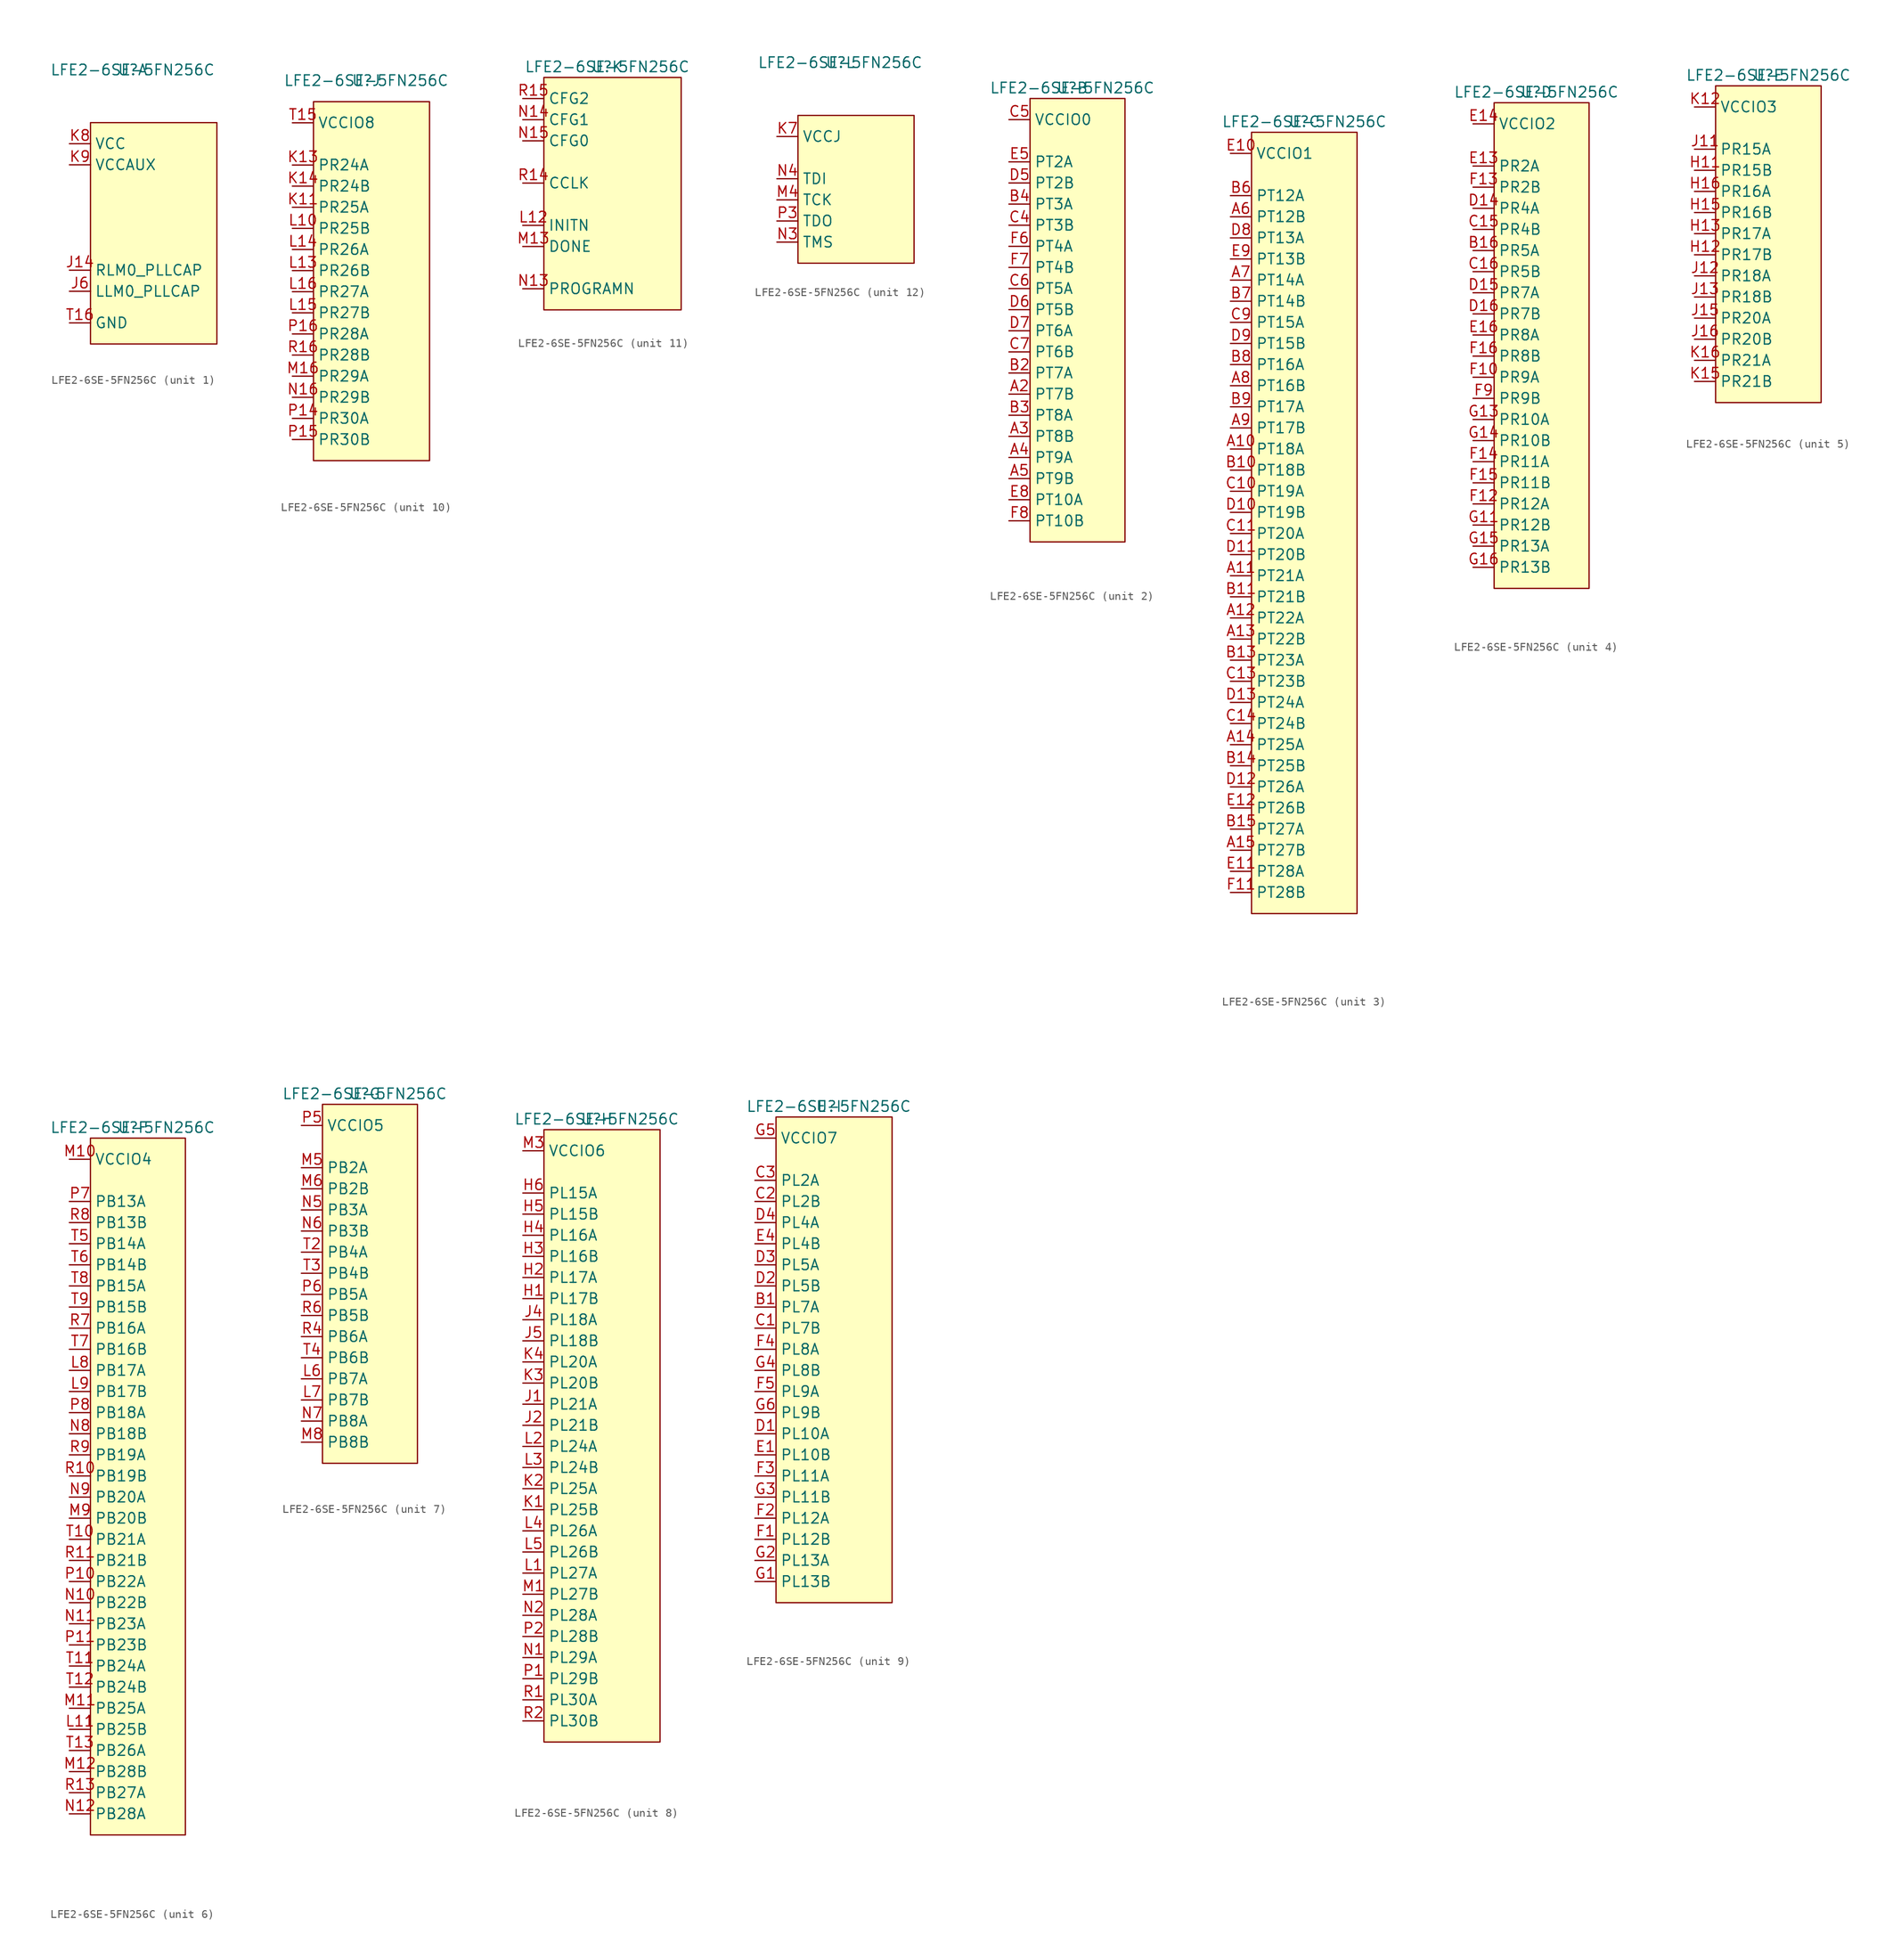
<source format=kicad_sym>
(kicad_symbol_lib
  (version 20211014)
  (generator kicad_symbol_editor)
  (symbol "LFE2-6SE-5FN256C"
    (property "Reference" "U"
      (at 0 0 0)
      (effects (font (size 1.27 1.27))))
    (property "Value" "LFE2-6SE-5FN256C"
      (at 0 0 0)
      (effects (font (size 1.27 1.27))))
    (property "ki_locked" ""
      (at 0 0 0)
      (effects (font (size 1.27 1.27))))
    (symbol "LFE2-6SE-5FN256C_1_1"
      (rectangle (start -5.08 -6.35) (end 10.16 -33.02) (stroke (width 0) (type default) (color 0 0 0 0)) (fill (type background)))
      (pin power_in line (at -7.62 -30.48 0) (length 2.54) hide (name "GND" (effects (font (size 1.27 1.27)))) (number "A1" (effects (font (size 1.27 1.27)))))
      (pin power_in line (at -7.62 -30.48 0) (length 2.54) hide (name "GND" (effects (font (size 1.27 1.27)))) (number "A16" (effects (font (size 1.27 1.27)))))
      (pin power_in line (at -7.62 -30.48 0) (length 2.54) hide (name "GND" (effects (font (size 1.27 1.27)))) (number "B12" (effects (font (size 1.27 1.27)))))
      (pin power_in line (at -7.62 -30.48 0) (length 2.54) hide (name "GND" (effects (font (size 1.27 1.27)))) (number "B5" (effects (font (size 1.27 1.27)))))
      (pin power_in line (at -7.62 -30.48 0) (length 2.54) hide (name "GND" (effects (font (size 1.27 1.27)))) (number "C8" (effects (font (size 1.27 1.27)))))
      (pin power_in line (at -7.62 -30.48 0) (length 2.54) hide (name "GND" (effects (font (size 1.27 1.27)))) (number "E15" (effects (font (size 1.27 1.27)))))
      (pin power_in line (at -7.62 -30.48 0) (length 2.54) hide (name "GND" (effects (font (size 1.27 1.27)))) (number "E2" (effects (font (size 1.27 1.27)))))
      (pin power_in line (at -7.62 -8.89 0) (length 2.54) hide (name "VCC" (effects (font (size 1.27 1.27)))) (number "G10" (effects (font (size 1.27 1.27)))))
      (pin power_in line (at -7.62 -8.89 0) (length 2.54) hide (name "VCC" (effects (font (size 1.27 1.27)))) (number "G7" (effects (font (size 1.27 1.27)))))
      (pin power_in line (at -7.62 -11.43 0) (length 2.54) hide (name "VCCAUX" (effects (font (size 1.27 1.27)))) (number "G8" (effects (font (size 1.27 1.27)))))
      (pin power_in line (at -7.62 -8.89 0) (length 2.54) hide (name "VCC" (effects (font (size 1.27 1.27)))) (number "G9" (effects (font (size 1.27 1.27)))))
      (pin power_in line (at -7.62 -11.43 0) (length 2.54) hide (name "VCCAUX" (effects (font (size 1.27 1.27)))) (number "H10" (effects (font (size 1.27 1.27)))))
      (pin power_in line (at -7.62 -30.48 0) (length 2.54) hide (name "GND" (effects (font (size 1.27 1.27)))) (number "H14" (effects (font (size 1.27 1.27)))))
      (pin power_in line (at -7.62 -8.89 0) (length 2.54) hide (name "VCC" (effects (font (size 1.27 1.27)))) (number "H7" (effects (font (size 1.27 1.27)))))
      (pin power_in line (at -7.62 -30.48 0) (length 2.54) hide (name "GND" (effects (font (size 1.27 1.27)))) (number "H8" (effects (font (size 1.27 1.27)))))
      (pin power_in line (at -7.62 -30.48 0) (length 2.54) hide (name "GND" (effects (font (size 1.27 1.27)))) (number "H9" (effects (font (size 1.27 1.27)))))
      (pin power_in line (at -7.62 -8.89 0) (length 2.54) hide (name "VCC" (effects (font (size 1.27 1.27)))) (number "J10" (effects (font (size 1.27 1.27)))))
      (pin bidirectional line (at -7.62 -24.13 0) (length 2.54) (name "RLM0_PLLCAP" (effects (font (size 1.27 1.27)))) (number "J14" (effects (font (size 1.27 1.27)))))
      (pin power_in line (at -7.62 -30.48 0) (length 2.54) hide (name "GND" (effects (font (size 1.27 1.27)))) (number "J3" (effects (font (size 1.27 1.27)))))
      (pin bidirectional line (at -7.62 -26.67 0) (length 2.54) (name "LLM0_PLLCAP" (effects (font (size 1.27 1.27)))) (number "J6" (effects (font (size 1.27 1.27)))))
      (pin power_in line (at -7.62 -11.43 0) (length 2.54) hide (name "VCCAUX" (effects (font (size 1.27 1.27)))) (number "J7" (effects (font (size 1.27 1.27)))))
      (pin power_in line (at -7.62 -30.48 0) (length 2.54) hide (name "GND" (effects (font (size 1.27 1.27)))) (number "J8" (effects (font (size 1.27 1.27)))))
      (pin power_in line (at -7.62 -30.48 0) (length 2.54) hide (name "GND" (effects (font (size 1.27 1.27)))) (number "J9" (effects (font (size 1.27 1.27)))))
      (pin power_in line (at -7.62 -8.89 0) (length 2.54) hide (name "VCC" (effects (font (size 1.27 1.27)))) (number "K10" (effects (font (size 1.27 1.27)))))
      (pin no_connect line (at -3.81 -13.97 0) (length 2.54) hide (name "NC" (effects (font (size 1.27 1.27)))) (number "K6" (effects (font (size 1.27 1.27)))))
      (pin power_in line (at -7.62 -8.89 0) (length 2.54) (name "VCC" (effects (font (size 1.27 1.27)))) (number "K8" (effects (font (size 1.27 1.27)))))
      (pin power_in line (at -7.62 -11.43 0) (length 2.54) (name "VCCAUX" (effects (font (size 1.27 1.27)))) (number "K9" (effects (font (size 1.27 1.27)))))
      (pin power_in line (at -7.62 -30.48 0) (length 2.54) hide (name "GND" (effects (font (size 1.27 1.27)))) (number "M15" (effects (font (size 1.27 1.27)))))
      (pin power_in line (at -7.62 -30.48 0) (length 2.54) hide (name "GND" (effects (font (size 1.27 1.27)))) (number "M2" (effects (font (size 1.27 1.27)))))
      (pin no_connect line (at -3.81 -19.05 0) (length 2.54) hide (name "NC" (effects (font (size 1.27 1.27)))) (number "P4" (effects (font (size 1.27 1.27)))))
      (pin power_in line (at -7.62 -30.48 0) (length 2.54) hide (name "GND" (effects (font (size 1.27 1.27)))) (number "P9" (effects (font (size 1.27 1.27)))))
      (pin power_in line (at -7.62 -30.48 0) (length 2.54) hide (name "GND" (effects (font (size 1.27 1.27)))) (number "R12" (effects (font (size 1.27 1.27)))))
      (pin no_connect line (at -3.81 -16.51 0) (length 2.54) hide (name "NC" (effects (font (size 1.27 1.27)))) (number "R3" (effects (font (size 1.27 1.27)))))
      (pin power_in line (at -7.62 -30.48 0) (length 2.54) hide (name "GND" (effects (font (size 1.27 1.27)))) (number "R5" (effects (font (size 1.27 1.27)))))
      (pin power_in line (at -7.62 -30.48 0) (length 2.54) hide (name "GND" (effects (font (size 1.27 1.27)))) (number "T1" (effects (font (size 1.27 1.27)))))
      (pin power_in line (at -7.62 -30.48 0) (length 2.54) (name "GND" (effects (font (size 1.27 1.27)))) (number "T16" (effects (font (size 1.27 1.27))))))
    (symbol "LFE2-6SE-5FN256C_2_1"
      (rectangle (start -5.08 -1.27) (end 6.35 -54.61) (stroke (width 0) (type default) (color 0 0 0 0)) (fill (type background)))
      (pin bidirectional line (at -7.62 -36.83 0) (length 2.54) (name "PT7B" (effects (font (size 1.27 1.27)))) (number "A2" (effects (font (size 1.27 1.27)))))
      (pin bidirectional line (at -7.62 -41.91 0) (length 2.54) (name "PT8B" (effects (font (size 1.27 1.27)))) (number "A3" (effects (font (size 1.27 1.27)))))
      (pin bidirectional line (at -7.62 -44.45 0) (length 2.54) (name "PT9A" (effects (font (size 1.27 1.27)))) (number "A4" (effects (font (size 1.27 1.27)))))
      (pin bidirectional line (at -7.62 -46.99 0) (length 2.54) (name "PT9B" (effects (font (size 1.27 1.27)))) (number "A5" (effects (font (size 1.27 1.27)))))
      (pin bidirectional line (at -7.62 -34.29 0) (length 2.54) (name "PT7A" (effects (font (size 1.27 1.27)))) (number "B2" (effects (font (size 1.27 1.27)))))
      (pin bidirectional line (at -7.62 -39.37 0) (length 2.54) (name "PT8A" (effects (font (size 1.27 1.27)))) (number "B3" (effects (font (size 1.27 1.27)))))
      (pin bidirectional line (at -7.62 -13.97 0) (length 2.54) (name "PT3A" (effects (font (size 1.27 1.27)))) (number "B4" (effects (font (size 1.27 1.27)))))
      (pin bidirectional line (at -7.62 -16.51 0) (length 2.54) (name "PT3B" (effects (font (size 1.27 1.27)))) (number "C4" (effects (font (size 1.27 1.27)))))
      (pin power_in line (at -7.62 -3.81 0) (length 2.54) (name "VCCIO0" (effects (font (size 1.27 1.27)))) (number "C5" (effects (font (size 1.27 1.27)))))
      (pin bidirectional line (at -7.62 -24.13 0) (length 2.54) (name "PT5A" (effects (font (size 1.27 1.27)))) (number "C6" (effects (font (size 1.27 1.27)))))
      (pin bidirectional line (at -7.62 -31.75 0) (length 2.54) (name "PT6B" (effects (font (size 1.27 1.27)))) (number "C7" (effects (font (size 1.27 1.27)))))
      (pin bidirectional line (at -7.62 -11.43 0) (length 2.54) (name "PT2B" (effects (font (size 1.27 1.27)))) (number "D5" (effects (font (size 1.27 1.27)))))
      (pin bidirectional line (at -7.62 -26.67 0) (length 2.54) (name "PT5B" (effects (font (size 1.27 1.27)))) (number "D6" (effects (font (size 1.27 1.27)))))
      (pin bidirectional line (at -7.62 -29.21 0) (length 2.54) (name "PT6A" (effects (font (size 1.27 1.27)))) (number "D7" (effects (font (size 1.27 1.27)))))
      (pin bidirectional line (at -7.62 -8.89 0) (length 2.54) (name "PT2A" (effects (font (size 1.27 1.27)))) (number "E5" (effects (font (size 1.27 1.27)))))
      (pin power_in line (at -7.62 -3.81 0) (length 2.54) hide (name "VCCIO0" (effects (font (size 1.27 1.27)))) (number "E7" (effects (font (size 1.27 1.27)))))
      (pin bidirectional line (at -7.62 -49.53 0) (length 2.54) (name "PT10A" (effects (font (size 1.27 1.27)))) (number "E8" (effects (font (size 1.27 1.27)))))
      (pin bidirectional line (at -7.62 -19.05 0) (length 2.54) (name "PT4A" (effects (font (size 1.27 1.27)))) (number "F6" (effects (font (size 1.27 1.27)))))
      (pin bidirectional line (at -7.62 -21.59 0) (length 2.54) (name "PT4B" (effects (font (size 1.27 1.27)))) (number "F7" (effects (font (size 1.27 1.27)))))
      (pin bidirectional line (at -7.62 -52.07 0) (length 2.54) (name "PT10B" (effects (font (size 1.27 1.27)))) (number "F8" (effects (font (size 1.27 1.27))))))
    (symbol "LFE2-6SE-5FN256C_3_1"
      (rectangle (start -6.35 -1.27) (end 6.35 -95.25) (stroke (width 0) (type default) (color 0 0 0 0)) (fill (type background)))
      (pin bidirectional line (at -8.89 -39.37 0) (length 2.54) (name "PT18A" (effects (font (size 1.27 1.27)))) (number "A10" (effects (font (size 1.27 1.27)))))
      (pin bidirectional line (at -8.89 -54.61 0) (length 2.54) (name "PT21A" (effects (font (size 1.27 1.27)))) (number "A11" (effects (font (size 1.27 1.27)))))
      (pin bidirectional line (at -8.89 -59.69 0) (length 2.54) (name "PT22A" (effects (font (size 1.27 1.27)))) (number "A12" (effects (font (size 1.27 1.27)))))
      (pin bidirectional line (at -8.89 -62.23 0) (length 2.54) (name "PT22B" (effects (font (size 1.27 1.27)))) (number "A13" (effects (font (size 1.27 1.27)))))
      (pin bidirectional line (at -8.89 -74.93 0) (length 2.54) (name "PT25A" (effects (font (size 1.27 1.27)))) (number "A14" (effects (font (size 1.27 1.27)))))
      (pin bidirectional line (at -8.89 -87.63 0) (length 2.54) (name "PT27B" (effects (font (size 1.27 1.27)))) (number "A15" (effects (font (size 1.27 1.27)))))
      (pin bidirectional line (at -8.89 -11.43 0) (length 2.54) (name "PT12B" (effects (font (size 1.27 1.27)))) (number "A6" (effects (font (size 1.27 1.27)))))
      (pin bidirectional line (at -8.89 -19.05 0) (length 2.54) (name "PT14A" (effects (font (size 1.27 1.27)))) (number "A7" (effects (font (size 1.27 1.27)))))
      (pin bidirectional line (at -8.89 -31.75 0) (length 2.54) (name "PT16B" (effects (font (size 1.27 1.27)))) (number "A8" (effects (font (size 1.27 1.27)))))
      (pin bidirectional line (at -8.89 -36.83 0) (length 2.54) (name "PT17B" (effects (font (size 1.27 1.27)))) (number "A9" (effects (font (size 1.27 1.27)))))
      (pin bidirectional line (at -8.89 -41.91 0) (length 2.54) (name "PT18B" (effects (font (size 1.27 1.27)))) (number "B10" (effects (font (size 1.27 1.27)))))
      (pin bidirectional line (at -8.89 -57.15 0) (length 2.54) (name "PT21B" (effects (font (size 1.27 1.27)))) (number "B11" (effects (font (size 1.27 1.27)))))
      (pin bidirectional line (at -8.89 -64.77 0) (length 2.54) (name "PT23A" (effects (font (size 1.27 1.27)))) (number "B13" (effects (font (size 1.27 1.27)))))
      (pin bidirectional line (at -8.89 -77.47 0) (length 2.54) (name "PT25B" (effects (font (size 1.27 1.27)))) (number "B14" (effects (font (size 1.27 1.27)))))
      (pin bidirectional line (at -8.89 -85.09 0) (length 2.54) (name "PT27A" (effects (font (size 1.27 1.27)))) (number "B15" (effects (font (size 1.27 1.27)))))
      (pin bidirectional line (at -8.89 -8.89 0) (length 2.54) (name "PT12A" (effects (font (size 1.27 1.27)))) (number "B6" (effects (font (size 1.27 1.27)))))
      (pin bidirectional line (at -8.89 -21.59 0) (length 2.54) (name "PT14B" (effects (font (size 1.27 1.27)))) (number "B7" (effects (font (size 1.27 1.27)))))
      (pin bidirectional line (at -8.89 -29.21 0) (length 2.54) (name "PT16A" (effects (font (size 1.27 1.27)))) (number "B8" (effects (font (size 1.27 1.27)))))
      (pin bidirectional line (at -8.89 -34.29 0) (length 2.54) (name "PT17A" (effects (font (size 1.27 1.27)))) (number "B9" (effects (font (size 1.27 1.27)))))
      (pin bidirectional line (at -8.89 -44.45 0) (length 2.54) (name "PT19A" (effects (font (size 1.27 1.27)))) (number "C10" (effects (font (size 1.27 1.27)))))
      (pin bidirectional line (at -8.89 -49.53 0) (length 2.54) (name "PT20A" (effects (font (size 1.27 1.27)))) (number "C11" (effects (font (size 1.27 1.27)))))
      (pin power_in line (at -8.89 -3.81 0) (length 2.54) hide (name "VCCIO1" (effects (font (size 1.27 1.27)))) (number "C12" (effects (font (size 1.27 1.27)))))
      (pin bidirectional line (at -8.89 -67.31 0) (length 2.54) (name "PT23B" (effects (font (size 1.27 1.27)))) (number "C13" (effects (font (size 1.27 1.27)))))
      (pin bidirectional line (at -8.89 -72.39 0) (length 2.54) (name "PT24B" (effects (font (size 1.27 1.27)))) (number "C14" (effects (font (size 1.27 1.27)))))
      (pin bidirectional line (at -8.89 -24.13 0) (length 2.54) (name "PT15A" (effects (font (size 1.27 1.27)))) (number "C9" (effects (font (size 1.27 1.27)))))
      (pin bidirectional line (at -8.89 -46.99 0) (length 2.54) (name "PT19B" (effects (font (size 1.27 1.27)))) (number "D10" (effects (font (size 1.27 1.27)))))
      (pin bidirectional line (at -8.89 -52.07 0) (length 2.54) (name "PT20B" (effects (font (size 1.27 1.27)))) (number "D11" (effects (font (size 1.27 1.27)))))
      (pin bidirectional line (at -8.89 -80.01 0) (length 2.54) (name "PT26A" (effects (font (size 1.27 1.27)))) (number "D12" (effects (font (size 1.27 1.27)))))
      (pin bidirectional line (at -8.89 -69.85 0) (length 2.54) (name "PT24A" (effects (font (size 1.27 1.27)))) (number "D13" (effects (font (size 1.27 1.27)))))
      (pin bidirectional line (at -8.89 -13.97 0) (length 2.54) (name "PT13A" (effects (font (size 1.27 1.27)))) (number "D8" (effects (font (size 1.27 1.27)))))
      (pin bidirectional line (at -8.89 -26.67 0) (length 2.54) (name "PT15B" (effects (font (size 1.27 1.27)))) (number "D9" (effects (font (size 1.27 1.27)))))
      (pin power_in line (at -8.89 -3.81 0) (length 2.54) (name "VCCIO1" (effects (font (size 1.27 1.27)))) (number "E10" (effects (font (size 1.27 1.27)))))
      (pin bidirectional line (at -8.89 -90.17 0) (length 2.54) (name "PT28A" (effects (font (size 1.27 1.27)))) (number "E11" (effects (font (size 1.27 1.27)))))
      (pin bidirectional line (at -8.89 -82.55 0) (length 2.54) (name "PT26B" (effects (font (size 1.27 1.27)))) (number "E12" (effects (font (size 1.27 1.27)))))
      (pin bidirectional line (at -8.89 -16.51 0) (length 2.54) (name "PT13B" (effects (font (size 1.27 1.27)))) (number "E9" (effects (font (size 1.27 1.27)))))
      (pin bidirectional line (at -8.89 -92.71 0) (length 2.54) (name "PT28B" (effects (font (size 1.27 1.27)))) (number "F11" (effects (font (size 1.27 1.27))))))
    (symbol "LFE2-6SE-5FN256C_4_1"
      (rectangle (start -5.08 -1.27) (end 6.35 -59.69) (stroke (width 0) (type default) (color 0 0 0 0)) (fill (type background)))
      (pin bidirectional line (at -7.62 -19.05 0) (length 2.54) (name "PR5A" (effects (font (size 1.27 1.27)))) (number "B16" (effects (font (size 1.27 1.27)))))
      (pin bidirectional line (at -7.62 -16.51 0) (length 2.54) (name "PR4B" (effects (font (size 1.27 1.27)))) (number "C15" (effects (font (size 1.27 1.27)))))
      (pin bidirectional line (at -7.62 -21.59 0) (length 2.54) (name "PR5B" (effects (font (size 1.27 1.27)))) (number "C16" (effects (font (size 1.27 1.27)))))
      (pin bidirectional line (at -7.62 -13.97 0) (length 2.54) (name "PR4A" (effects (font (size 1.27 1.27)))) (number "D14" (effects (font (size 1.27 1.27)))))
      (pin bidirectional line (at -7.62 -24.13 0) (length 2.54) (name "PR7A" (effects (font (size 1.27 1.27)))) (number "D15" (effects (font (size 1.27 1.27)))))
      (pin bidirectional line (at -7.62 -26.67 0) (length 2.54) (name "PR7B" (effects (font (size 1.27 1.27)))) (number "D16" (effects (font (size 1.27 1.27)))))
      (pin bidirectional line (at -7.62 -8.89 0) (length 2.54) (name "PR2A" (effects (font (size 1.27 1.27)))) (number "E13" (effects (font (size 1.27 1.27)))))
      (pin power_in line (at -7.62 -3.81 0) (length 2.54) (name "VCCIO2" (effects (font (size 1.27 1.27)))) (number "E14" (effects (font (size 1.27 1.27)))))
      (pin bidirectional line (at -7.62 -29.21 0) (length 2.54) (name "PR8A" (effects (font (size 1.27 1.27)))) (number "E16" (effects (font (size 1.27 1.27)))))
      (pin bidirectional line (at -7.62 -34.29 0) (length 2.54) (name "PR9A" (effects (font (size 1.27 1.27)))) (number "F10" (effects (font (size 1.27 1.27)))))
      (pin bidirectional line (at -7.62 -49.53 0) (length 2.54) (name "PR12A" (effects (font (size 1.27 1.27)))) (number "F12" (effects (font (size 1.27 1.27)))))
      (pin bidirectional line (at -7.62 -11.43 0) (length 2.54) (name "PR2B" (effects (font (size 1.27 1.27)))) (number "F13" (effects (font (size 1.27 1.27)))))
      (pin bidirectional line (at -7.62 -44.45 0) (length 2.54) (name "PR11A" (effects (font (size 1.27 1.27)))) (number "F14" (effects (font (size 1.27 1.27)))))
      (pin bidirectional line (at -7.62 -46.99 0) (length 2.54) (name "PR11B" (effects (font (size 1.27 1.27)))) (number "F15" (effects (font (size 1.27 1.27)))))
      (pin bidirectional line (at -7.62 -31.75 0) (length 2.54) (name "PR8B" (effects (font (size 1.27 1.27)))) (number "F16" (effects (font (size 1.27 1.27)))))
      (pin bidirectional line (at -7.62 -36.83 0) (length 2.54) (name "PR9B" (effects (font (size 1.27 1.27)))) (number "F9" (effects (font (size 1.27 1.27)))))
      (pin bidirectional line (at -7.62 -52.07 0) (length 2.54) (name "PR12B" (effects (font (size 1.27 1.27)))) (number "G11" (effects (font (size 1.27 1.27)))))
      (pin power_in line (at -7.62 -3.81 0) (length 2.54) hide (name "VCCIO2" (effects (font (size 1.27 1.27)))) (number "G12" (effects (font (size 1.27 1.27)))))
      (pin bidirectional line (at -7.62 -39.37 0) (length 2.54) (name "PR10A" (effects (font (size 1.27 1.27)))) (number "G13" (effects (font (size 1.27 1.27)))))
      (pin bidirectional line (at -7.62 -41.91 0) (length 2.54) (name "PR10B" (effects (font (size 1.27 1.27)))) (number "G14" (effects (font (size 1.27 1.27)))))
      (pin bidirectional line (at -7.62 -54.61 0) (length 2.54) (name "PR13A" (effects (font (size 1.27 1.27)))) (number "G15" (effects (font (size 1.27 1.27)))))
      (pin bidirectional line (at -7.62 -57.15 0) (length 2.54) (name "PR13B" (effects (font (size 1.27 1.27)))) (number "G16" (effects (font (size 1.27 1.27))))))
    (symbol "LFE2-6SE-5FN256C_5_1"
      (rectangle (start -6.35 -1.27) (end 6.35 -39.37) (stroke (width 0) (type default) (color 0 0 0 0)) (fill (type background)))
      (pin bidirectional line (at -8.89 -11.43 0) (length 2.54) (name "PR15B" (effects (font (size 1.27 1.27)))) (number "H11" (effects (font (size 1.27 1.27)))))
      (pin bidirectional line (at -8.89 -21.59 0) (length 2.54) (name "PR17B" (effects (font (size 1.27 1.27)))) (number "H12" (effects (font (size 1.27 1.27)))))
      (pin bidirectional line (at -8.89 -19.05 0) (length 2.54) (name "PR17A" (effects (font (size 1.27 1.27)))) (number "H13" (effects (font (size 1.27 1.27)))))
      (pin bidirectional line (at -8.89 -16.51 0) (length 2.54) (name "PR16B" (effects (font (size 1.27 1.27)))) (number "H15" (effects (font (size 1.27 1.27)))))
      (pin bidirectional line (at -8.89 -13.97 0) (length 2.54) (name "PR16A" (effects (font (size 1.27 1.27)))) (number "H16" (effects (font (size 1.27 1.27)))))
      (pin bidirectional line (at -8.89 -8.89 0) (length 2.54) (name "PR15A" (effects (font (size 1.27 1.27)))) (number "J11" (effects (font (size 1.27 1.27)))))
      (pin bidirectional line (at -8.89 -24.13 0) (length 2.54) (name "PR18A" (effects (font (size 1.27 1.27)))) (number "J12" (effects (font (size 1.27 1.27)))))
      (pin bidirectional line (at -8.89 -26.67 0) (length 2.54) (name "PR18B" (effects (font (size 1.27 1.27)))) (number "J13" (effects (font (size 1.27 1.27)))))
      (pin bidirectional line (at -8.89 -29.21 0) (length 2.54) (name "PR20A" (effects (font (size 1.27 1.27)))) (number "J15" (effects (font (size 1.27 1.27)))))
      (pin bidirectional line (at -8.89 -31.75 0) (length 2.54) (name "PR20B" (effects (font (size 1.27 1.27)))) (number "J16" (effects (font (size 1.27 1.27)))))
      (pin power_in line (at -8.89 -3.81 0) (length 2.54) (name "VCCIO3" (effects (font (size 1.27 1.27)))) (number "K12" (effects (font (size 1.27 1.27)))))
      (pin bidirectional line (at -8.89 -36.83 0) (length 2.54) (name "PR21B" (effects (font (size 1.27 1.27)))) (number "K15" (effects (font (size 1.27 1.27)))))
      (pin bidirectional line (at -8.89 -34.29 0) (length 2.54) (name "PR21A" (effects (font (size 1.27 1.27)))) (number "K16" (effects (font (size 1.27 1.27)))))
      (pin power_in line (at -8.89 -3.81 0) (length 2.54) hide (name "VCCIO3" (effects (font (size 1.27 1.27)))) (number "M14" (effects (font (size 1.27 1.27))))))
    (symbol "LFE2-6SE-5FN256C_6_1"
      (rectangle (start -5.08 -1.27) (end 6.35 -85.09) (stroke (width 0) (type default) (color 0 0 0 0)) (fill (type background)))
      (pin bidirectional line (at -7.62 -72.39 0) (length 2.54) (name "PB25B" (effects (font (size 1.27 1.27)))) (number "L11" (effects (font (size 1.27 1.27)))))
      (pin bidirectional line (at -7.62 -29.21 0) (length 2.54) (name "PB17A" (effects (font (size 1.27 1.27)))) (number "L8" (effects (font (size 1.27 1.27)))))
      (pin bidirectional line (at -7.62 -31.75 0) (length 2.54) (name "PB17B" (effects (font (size 1.27 1.27)))) (number "L9" (effects (font (size 1.27 1.27)))))
      (pin power_in line (at -7.62 -3.81 0) (length 2.54) (name "VCCIO4" (effects (font (size 1.27 1.27)))) (number "M10" (effects (font (size 1.27 1.27)))))
      (pin bidirectional line (at -7.62 -69.85 0) (length 2.54) (name "PB25A" (effects (font (size 1.27 1.27)))) (number "M11" (effects (font (size 1.27 1.27)))))
      (pin bidirectional line (at -7.62 -77.47 0) (length 2.54) (name "PB28B" (effects (font (size 1.27 1.27)))) (number "M12" (effects (font (size 1.27 1.27)))))
      (pin bidirectional line (at -7.62 -46.99 0) (length 2.54) (name "PB20B" (effects (font (size 1.27 1.27)))) (number "M9" (effects (font (size 1.27 1.27)))))
      (pin bidirectional line (at -7.62 -57.15 0) (length 2.54) (name "PB22B" (effects (font (size 1.27 1.27)))) (number "N10" (effects (font (size 1.27 1.27)))))
      (pin bidirectional line (at -7.62 -59.69 0) (length 2.54) (name "PB23A" (effects (font (size 1.27 1.27)))) (number "N11" (effects (font (size 1.27 1.27)))))
      (pin bidirectional line (at -7.62 -82.55 0) (length 2.54) (name "PB28A" (effects (font (size 1.27 1.27)))) (number "N12" (effects (font (size 1.27 1.27)))))
      (pin bidirectional line (at -7.62 -36.83 0) (length 2.54) (name "PB18B" (effects (font (size 1.27 1.27)))) (number "N8" (effects (font (size 1.27 1.27)))))
      (pin bidirectional line (at -7.62 -44.45 0) (length 2.54) (name "PB20A" (effects (font (size 1.27 1.27)))) (number "N9" (effects (font (size 1.27 1.27)))))
      (pin bidirectional line (at -7.62 -54.61 0) (length 2.54) (name "PB22A" (effects (font (size 1.27 1.27)))) (number "P10" (effects (font (size 1.27 1.27)))))
      (pin bidirectional line (at -7.62 -62.23 0) (length 2.54) (name "PB23B" (effects (font (size 1.27 1.27)))) (number "P11" (effects (font (size 1.27 1.27)))))
      (pin power_in line (at -7.62 -3.81 0) (length 2.54) hide (name "VCCIO4" (effects (font (size 1.27 1.27)))) (number "P12" (effects (font (size 1.27 1.27)))))
      (pin bidirectional line (at -7.62 -8.89 0) (length 2.54) (name "PB13A" (effects (font (size 1.27 1.27)))) (number "P7" (effects (font (size 1.27 1.27)))))
      (pin bidirectional line (at -7.62 -34.29 0) (length 2.54) (name "PB18A" (effects (font (size 1.27 1.27)))) (number "P8" (effects (font (size 1.27 1.27)))))
      (pin bidirectional line (at -7.62 -41.91 0) (length 2.54) (name "PB19B" (effects (font (size 1.27 1.27)))) (number "R10" (effects (font (size 1.27 1.27)))))
      (pin bidirectional line (at -7.62 -52.07 0) (length 2.54) (name "PB21B" (effects (font (size 1.27 1.27)))) (number "R11" (effects (font (size 1.27 1.27)))))
      (pin bidirectional line (at -7.62 -80.01 0) (length 2.54) (name "PB27A" (effects (font (size 1.27 1.27)))) (number "R13" (effects (font (size 1.27 1.27)))))
      (pin bidirectional line (at -7.62 -24.13 0) (length 2.54) (name "PB16A" (effects (font (size 1.27 1.27)))) (number "R7" (effects (font (size 1.27 1.27)))))
      (pin bidirectional line (at -7.62 -11.43 0) (length 2.54) (name "PB13B" (effects (font (size 1.27 1.27)))) (number "R8" (effects (font (size 1.27 1.27)))))
      (pin bidirectional line (at -7.62 -39.37 0) (length 2.54) (name "PB19A" (effects (font (size 1.27 1.27)))) (number "R9" (effects (font (size 1.27 1.27)))))
      (pin bidirectional line (at -7.62 -49.53 0) (length 2.54) (name "PB21A" (effects (font (size 1.27 1.27)))) (number "T10" (effects (font (size 1.27 1.27)))))
      (pin bidirectional line (at -7.62 -64.77 0) (length 2.54) (name "PB24A" (effects (font (size 1.27 1.27)))) (number "T11" (effects (font (size 1.27 1.27)))))
      (pin bidirectional line (at -7.62 -67.31 0) (length 2.54) (name "PB24B" (effects (font (size 1.27 1.27)))) (number "T12" (effects (font (size 1.27 1.27)))))
      (pin bidirectional line (at -7.62 -74.93 0) (length 2.54) (name "PB26A" (effects (font (size 1.27 1.27)))) (number "T13" (effects (font (size 1.27 1.27)))))
      (pin bidirectional line (at -7.62 -13.97 0) (length 2.54) (name "PB14A" (effects (font (size 1.27 1.27)))) (number "T5" (effects (font (size 1.27 1.27)))))
      (pin bidirectional line (at -7.62 -16.51 0) (length 2.54) (name "PB14B" (effects (font (size 1.27 1.27)))) (number "T6" (effects (font (size 1.27 1.27)))))
      (pin bidirectional line (at -7.62 -26.67 0) (length 2.54) (name "PB16B" (effects (font (size 1.27 1.27)))) (number "T7" (effects (font (size 1.27 1.27)))))
      (pin bidirectional line (at -7.62 -19.05 0) (length 2.54) (name "PB15A" (effects (font (size 1.27 1.27)))) (number "T8" (effects (font (size 1.27 1.27)))))
      (pin bidirectional line (at -7.62 -21.59 0) (length 2.54) (name "PB15B" (effects (font (size 1.27 1.27)))) (number "T9" (effects (font (size 1.27 1.27))))))
    (symbol "LFE2-6SE-5FN256C_7_1"
      (rectangle (start -5.08 -1.27) (end 6.35 -44.45) (stroke (width 0) (type default) (color 0 0 0 0)) (fill (type background)))
      (pin bidirectional line (at -7.62 -34.29 0) (length 2.54) (name "PB7A" (effects (font (size 1.27 1.27)))) (number "L6" (effects (font (size 1.27 1.27)))))
      (pin bidirectional line (at -7.62 -36.83 0) (length 2.54) (name "PB7B" (effects (font (size 1.27 1.27)))) (number "L7" (effects (font (size 1.27 1.27)))))
      (pin bidirectional line (at -7.62 -8.89 0) (length 2.54) (name "PB2A" (effects (font (size 1.27 1.27)))) (number "M5" (effects (font (size 1.27 1.27)))))
      (pin bidirectional line (at -7.62 -11.43 0) (length 2.54) (name "PB2B" (effects (font (size 1.27 1.27)))) (number "M6" (effects (font (size 1.27 1.27)))))
      (pin power_in line (at -7.62 -3.81 0) (length 2.54) hide (name "VCCIO5" (effects (font (size 1.27 1.27)))) (number "M7" (effects (font (size 1.27 1.27)))))
      (pin bidirectional line (at -7.62 -41.91 0) (length 2.54) (name "PB8B" (effects (font (size 1.27 1.27)))) (number "M8" (effects (font (size 1.27 1.27)))))
      (pin bidirectional line (at -7.62 -13.97 0) (length 2.54) (name "PB3A" (effects (font (size 1.27 1.27)))) (number "N5" (effects (font (size 1.27 1.27)))))
      (pin bidirectional line (at -7.62 -16.51 0) (length 2.54) (name "PB3B" (effects (font (size 1.27 1.27)))) (number "N6" (effects (font (size 1.27 1.27)))))
      (pin bidirectional line (at -7.62 -39.37 0) (length 2.54) (name "PB8A" (effects (font (size 1.27 1.27)))) (number "N7" (effects (font (size 1.27 1.27)))))
      (pin power_in line (at -7.62 -3.81 0) (length 2.54) (name "VCCIO5" (effects (font (size 1.27 1.27)))) (number "P5" (effects (font (size 1.27 1.27)))))
      (pin bidirectional line (at -7.62 -24.13 0) (length 2.54) (name "PB5A" (effects (font (size 1.27 1.27)))) (number "P6" (effects (font (size 1.27 1.27)))))
      (pin bidirectional line (at -7.62 -29.21 0) (length 2.54) (name "PB6A" (effects (font (size 1.27 1.27)))) (number "R4" (effects (font (size 1.27 1.27)))))
      (pin bidirectional line (at -7.62 -26.67 0) (length 2.54) (name "PB5B" (effects (font (size 1.27 1.27)))) (number "R6" (effects (font (size 1.27 1.27)))))
      (pin bidirectional line (at -7.62 -19.05 0) (length 2.54) (name "PB4A" (effects (font (size 1.27 1.27)))) (number "T2" (effects (font (size 1.27 1.27)))))
      (pin bidirectional line (at -7.62 -21.59 0) (length 2.54) (name "PB4B" (effects (font (size 1.27 1.27)))) (number "T3" (effects (font (size 1.27 1.27)))))
      (pin bidirectional line (at -7.62 -31.75 0) (length 2.54) (name "PB6B" (effects (font (size 1.27 1.27)))) (number "T4" (effects (font (size 1.27 1.27))))))
    (symbol "LFE2-6SE-5FN256C_8_1"
      (rectangle (start -6.35 -1.27) (end 7.62 -74.93) (stroke (width 0) (type default) (color 0 0 0 0)) (fill (type background)))
      (pin bidirectional line (at -8.89 -21.59 0) (length 2.54) (name "PL17B" (effects (font (size 1.27 1.27)))) (number "H1" (effects (font (size 1.27 1.27)))))
      (pin bidirectional line (at -8.89 -19.05 0) (length 2.54) (name "PL17A" (effects (font (size 1.27 1.27)))) (number "H2" (effects (font (size 1.27 1.27)))))
      (pin bidirectional line (at -8.89 -16.51 0) (length 2.54) (name "PL16B" (effects (font (size 1.27 1.27)))) (number "H3" (effects (font (size 1.27 1.27)))))
      (pin bidirectional line (at -8.89 -13.97 0) (length 2.54) (name "PL16A" (effects (font (size 1.27 1.27)))) (number "H4" (effects (font (size 1.27 1.27)))))
      (pin bidirectional line (at -8.89 -11.43 0) (length 2.54) (name "PL15B" (effects (font (size 1.27 1.27)))) (number "H5" (effects (font (size 1.27 1.27)))))
      (pin bidirectional line (at -8.89 -8.89 0) (length 2.54) (name "PL15A" (effects (font (size 1.27 1.27)))) (number "H6" (effects (font (size 1.27 1.27)))))
      (pin bidirectional line (at -8.89 -34.29 0) (length 2.54) (name "PL21A" (effects (font (size 1.27 1.27)))) (number "J1" (effects (font (size 1.27 1.27)))))
      (pin bidirectional line (at -8.89 -36.83 0) (length 2.54) (name "PL21B" (effects (font (size 1.27 1.27)))) (number "J2" (effects (font (size 1.27 1.27)))))
      (pin bidirectional line (at -8.89 -24.13 0) (length 2.54) (name "PL18A" (effects (font (size 1.27 1.27)))) (number "J4" (effects (font (size 1.27 1.27)))))
      (pin bidirectional line (at -8.89 -26.67 0) (length 2.54) (name "PL18B" (effects (font (size 1.27 1.27)))) (number "J5" (effects (font (size 1.27 1.27)))))
      (pin bidirectional line (at -8.89 -46.99 0) (length 2.54) (name "PL25B" (effects (font (size 1.27 1.27)))) (number "K1" (effects (font (size 1.27 1.27)))))
      (pin bidirectional line (at -8.89 -44.45 0) (length 2.54) (name "PL25A" (effects (font (size 1.27 1.27)))) (number "K2" (effects (font (size 1.27 1.27)))))
      (pin bidirectional line (at -8.89 -31.75 0) (length 2.54) (name "PL20B" (effects (font (size 1.27 1.27)))) (number "K3" (effects (font (size 1.27 1.27)))))
      (pin bidirectional line (at -8.89 -29.21 0) (length 2.54) (name "PL20A" (effects (font (size 1.27 1.27)))) (number "K4" (effects (font (size 1.27 1.27)))))
      (pin power_in line (at -8.89 -3.81 0) (length 2.54) hide (name "VCCIO6" (effects (font (size 1.27 1.27)))) (number "K5" (effects (font (size 1.27 1.27)))))
      (pin bidirectional line (at -8.89 -54.61 0) (length 2.54) (name "PL27A" (effects (font (size 1.27 1.27)))) (number "L1" (effects (font (size 1.27 1.27)))))
      (pin bidirectional line (at -8.89 -39.37 0) (length 2.54) (name "PL24A" (effects (font (size 1.27 1.27)))) (number "L2" (effects (font (size 1.27 1.27)))))
      (pin bidirectional line (at -8.89 -41.91 0) (length 2.54) (name "PL24B" (effects (font (size 1.27 1.27)))) (number "L3" (effects (font (size 1.27 1.27)))))
      (pin bidirectional line (at -8.89 -49.53 0) (length 2.54) (name "PL26A" (effects (font (size 1.27 1.27)))) (number "L4" (effects (font (size 1.27 1.27)))))
      (pin bidirectional line (at -8.89 -52.07 0) (length 2.54) (name "PL26B" (effects (font (size 1.27 1.27)))) (number "L5" (effects (font (size 1.27 1.27)))))
      (pin bidirectional line (at -8.89 -57.15 0) (length 2.54) (name "PL27B" (effects (font (size 1.27 1.27)))) (number "M1" (effects (font (size 1.27 1.27)))))
      (pin power_in line (at -8.89 -3.81 0) (length 2.54) (name "VCCIO6" (effects (font (size 1.27 1.27)))) (number "M3" (effects (font (size 1.27 1.27)))))
      (pin bidirectional line (at -8.89 -64.77 0) (length 2.54) (name "PL29A" (effects (font (size 1.27 1.27)))) (number "N1" (effects (font (size 1.27 1.27)))))
      (pin bidirectional line (at -8.89 -59.69 0) (length 2.54) (name "PL28A" (effects (font (size 1.27 1.27)))) (number "N2" (effects (font (size 1.27 1.27)))))
      (pin bidirectional line (at -8.89 -67.31 0) (length 2.54) (name "PL29B" (effects (font (size 1.27 1.27)))) (number "P1" (effects (font (size 1.27 1.27)))))
      (pin bidirectional line (at -8.89 -62.23 0) (length 2.54) (name "PL28B" (effects (font (size 1.27 1.27)))) (number "P2" (effects (font (size 1.27 1.27)))))
      (pin bidirectional line (at -8.89 -69.85 0) (length 2.54) (name "PL30A" (effects (font (size 1.27 1.27)))) (number "R1" (effects (font (size 1.27 1.27)))))
      (pin bidirectional line (at -8.89 -72.39 0) (length 2.54) (name "PL30B" (effects (font (size 1.27 1.27)))) (number "R2" (effects (font (size 1.27 1.27))))))
    (symbol "LFE2-6SE-5FN256C_9_1"
      (rectangle (start -6.35 -1.27) (end 7.62 -59.69) (stroke (width 0) (type default) (color 0 0 0 0)) (fill (type background)))
      (pin bidirectional line (at -8.89 -24.13 0) (length 2.54) (name "PL7A" (effects (font (size 1.27 1.27)))) (number "B1" (effects (font (size 1.27 1.27)))))
      (pin bidirectional line (at -8.89 -26.67 0) (length 2.54) (name "PL7B" (effects (font (size 1.27 1.27)))) (number "C1" (effects (font (size 1.27 1.27)))))
      (pin bidirectional line (at -8.89 -11.43 0) (length 2.54) (name "PL2B" (effects (font (size 1.27 1.27)))) (number "C2" (effects (font (size 1.27 1.27)))))
      (pin bidirectional line (at -8.89 -8.89 0) (length 2.54) (name "PL2A" (effects (font (size 1.27 1.27)))) (number "C3" (effects (font (size 1.27 1.27)))))
      (pin bidirectional line (at -8.89 -39.37 0) (length 2.54) (name "PL10A" (effects (font (size 1.27 1.27)))) (number "D1" (effects (font (size 1.27 1.27)))))
      (pin bidirectional line (at -8.89 -21.59 0) (length 2.54) (name "PL5B" (effects (font (size 1.27 1.27)))) (number "D2" (effects (font (size 1.27 1.27)))))
      (pin bidirectional line (at -8.89 -19.05 0) (length 2.54) (name "PL5A" (effects (font (size 1.27 1.27)))) (number "D3" (effects (font (size 1.27 1.27)))))
      (pin bidirectional line (at -8.89 -13.97 0) (length 2.54) (name "PL4A" (effects (font (size 1.27 1.27)))) (number "D4" (effects (font (size 1.27 1.27)))))
      (pin bidirectional line (at -8.89 -41.91 0) (length 2.54) (name "PL10B" (effects (font (size 1.27 1.27)))) (number "E1" (effects (font (size 1.27 1.27)))))
      (pin power_in line (at -8.89 -3.81 0) (length 2.54) hide (name "VCCIO7" (effects (font (size 1.27 1.27)))) (number "E3" (effects (font (size 1.27 1.27)))))
      (pin bidirectional line (at -8.89 -16.51 0) (length 2.54) (name "PL4B" (effects (font (size 1.27 1.27)))) (number "E4" (effects (font (size 1.27 1.27)))))
      (pin bidirectional line (at -8.89 -52.07 0) (length 2.54) (name "PL12B" (effects (font (size 1.27 1.27)))) (number "F1" (effects (font (size 1.27 1.27)))))
      (pin bidirectional line (at -8.89 -49.53 0) (length 2.54) (name "PL12A" (effects (font (size 1.27 1.27)))) (number "F2" (effects (font (size 1.27 1.27)))))
      (pin bidirectional line (at -8.89 -44.45 0) (length 2.54) (name "PL11A" (effects (font (size 1.27 1.27)))) (number "F3" (effects (font (size 1.27 1.27)))))
      (pin bidirectional line (at -8.89 -29.21 0) (length 2.54) (name "PL8A" (effects (font (size 1.27 1.27)))) (number "F4" (effects (font (size 1.27 1.27)))))
      (pin bidirectional line (at -8.89 -34.29 0) (length 2.54) (name "PL9A" (effects (font (size 1.27 1.27)))) (number "F5" (effects (font (size 1.27 1.27)))))
      (pin bidirectional line (at -8.89 -57.15 0) (length 2.54) (name "PL13B" (effects (font (size 1.27 1.27)))) (number "G1" (effects (font (size 1.27 1.27)))))
      (pin bidirectional line (at -8.89 -54.61 0) (length 2.54) (name "PL13A" (effects (font (size 1.27 1.27)))) (number "G2" (effects (font (size 1.27 1.27)))))
      (pin bidirectional line (at -8.89 -46.99 0) (length 2.54) (name "PL11B" (effects (font (size 1.27 1.27)))) (number "G3" (effects (font (size 1.27 1.27)))))
      (pin bidirectional line (at -8.89 -31.75 0) (length 2.54) (name "PL8B" (effects (font (size 1.27 1.27)))) (number "G4" (effects (font (size 1.27 1.27)))))
      (pin power_in line (at -8.89 -3.81 0) (length 2.54) (name "VCCIO7" (effects (font (size 1.27 1.27)))) (number "G5" (effects (font (size 1.27 1.27)))))
      (pin bidirectional line (at -8.89 -36.83 0) (length 2.54) (name "PL9B" (effects (font (size 1.27 1.27)))) (number "G6" (effects (font (size 1.27 1.27))))))
    (symbol "LFE2-6SE-5FN256C_10_1"
      (rectangle (start -6.35 -2.54) (end 7.62 -45.72) (stroke (width 0) (type default) (color 0 0 0 0)) (fill (type background)))
      (pin bidirectional line (at -8.89 -15.24 0) (length 2.54) (name "PR25A" (effects (font (size 1.27 1.27)))) (number "K11" (effects (font (size 1.27 1.27)))))
      (pin bidirectional line (at -8.89 -10.16 0) (length 2.54) (name "PR24A" (effects (font (size 1.27 1.27)))) (number "K13" (effects (font (size 1.27 1.27)))))
      (pin bidirectional line (at -8.89 -12.7 0) (length 2.54) (name "PR24B" (effects (font (size 1.27 1.27)))) (number "K14" (effects (font (size 1.27 1.27)))))
      (pin bidirectional line (at -8.89 -17.78 0) (length 2.54) (name "PR25B" (effects (font (size 1.27 1.27)))) (number "L10" (effects (font (size 1.27 1.27)))))
      (pin bidirectional line (at -8.89 -22.86 0) (length 2.54) (name "PR26B" (effects (font (size 1.27 1.27)))) (number "L13" (effects (font (size 1.27 1.27)))))
      (pin bidirectional line (at -8.89 -20.32 0) (length 2.54) (name "PR26A" (effects (font (size 1.27 1.27)))) (number "L14" (effects (font (size 1.27 1.27)))))
      (pin bidirectional line (at -8.89 -27.94 0) (length 2.54) (name "PR27B" (effects (font (size 1.27 1.27)))) (number "L15" (effects (font (size 1.27 1.27)))))
      (pin bidirectional line (at -8.89 -25.4 0) (length 2.54) (name "PR27A" (effects (font (size 1.27 1.27)))) (number "L16" (effects (font (size 1.27 1.27)))))
      (pin bidirectional line (at -8.89 -35.56 0) (length 2.54) (name "PR29A" (effects (font (size 1.27 1.27)))) (number "M16" (effects (font (size 1.27 1.27)))))
      (pin bidirectional line (at -8.89 -38.1 0) (length 2.54) (name "PR29B" (effects (font (size 1.27 1.27)))) (number "N16" (effects (font (size 1.27 1.27)))))
      (pin bidirectional line (at -8.89 -40.64 0) (length 2.54) (name "PR30A" (effects (font (size 1.27 1.27)))) (number "P14" (effects (font (size 1.27 1.27)))))
      (pin bidirectional line (at -8.89 -43.18 0) (length 2.54) (name "PR30B" (effects (font (size 1.27 1.27)))) (number "P15" (effects (font (size 1.27 1.27)))))
      (pin bidirectional line (at -8.89 -30.48 0) (length 2.54) (name "PR28A" (effects (font (size 1.27 1.27)))) (number "P16" (effects (font (size 1.27 1.27)))))
      (pin bidirectional line (at -8.89 -33.02 0) (length 2.54) (name "PR28B" (effects (font (size 1.27 1.27)))) (number "R16" (effects (font (size 1.27 1.27)))))
      (pin power_in line (at -8.89 -5.08 0) (length 2.54) (name "VCCIO8" (effects (font (size 1.27 1.27)))) (number "T15" (effects (font (size 1.27 1.27))))))
    (symbol "LFE2-6SE-5FN256C_11_1"
      (rectangle (start -7.62 -1.27) (end 8.89 -29.21) (stroke (width 0) (type default) (color 0 0 0 0)) (fill (type background)))
      (pin bidirectional line (at -10.16 -19.05 0) (length 2.54) (name "INITN" (effects (font (size 1.27 1.27)))) (number "L12" (effects (font (size 1.27 1.27)))))
      (pin bidirectional line (at -10.16 -21.59 0) (length 2.54) (name "DONE" (effects (font (size 1.27 1.27)))) (number "M13" (effects (font (size 1.27 1.27)))))
      (pin input line (at -10.16 -26.67 0) (length 2.54) (name "PROGRAMN" (effects (font (size 1.27 1.27)))) (number "N13" (effects (font (size 1.27 1.27)))))
      (pin input line (at -10.16 -6.35 0) (length 2.54) (name "CFG1" (effects (font (size 1.27 1.27)))) (number "N14" (effects (font (size 1.27 1.27)))))
      (pin input line (at -10.16 -8.89 0) (length 2.54) (name "CFG0" (effects (font (size 1.27 1.27)))) (number "N15" (effects (font (size 1.27 1.27)))))
      (pin bidirectional line (at -10.16 -13.97 0) (length 2.54) (name "CCLK" (effects (font (size 1.27 1.27)))) (number "R14" (effects (font (size 1.27 1.27)))))
      (pin input line (at -10.16 -3.81 0) (length 2.54) (name "CFG2" (effects (font (size 1.27 1.27)))) (number "R15" (effects (font (size 1.27 1.27))))))
    (symbol "LFE2-6SE-5FN256C_12_1"
      (rectangle (start -5.08 -6.35) (end 8.89 -24.13) (stroke (width 0) (type default) (color 0 0 0 0)) (fill (type background)))
      (pin input line (at -7.62 -8.89 0) (length 2.54) (name "VCCJ" (effects (font (size 1.27 1.27)))) (number "K7" (effects (font (size 1.27 1.27)))))
      (pin input line (at -7.62 -16.51 0) (length 2.54) (name "TCK" (effects (font (size 1.27 1.27)))) (number "M4" (effects (font (size 1.27 1.27)))))
      (pin input line (at -7.62 -21.59 0) (length 2.54) (name "TMS" (effects (font (size 1.27 1.27)))) (number "N3" (effects (font (size 1.27 1.27)))))
      (pin input line (at -7.62 -13.97 0) (length 2.54) (name "TDI" (effects (font (size 1.27 1.27)))) (number "N4" (effects (font (size 1.27 1.27)))))
      (pin input line (at -7.62 -19.05 0) (length 2.54) (name "TDO" (effects (font (size 1.27 1.27)))) (number "P3" (effects (font (size 1.27 1.27))))))))
</source>
